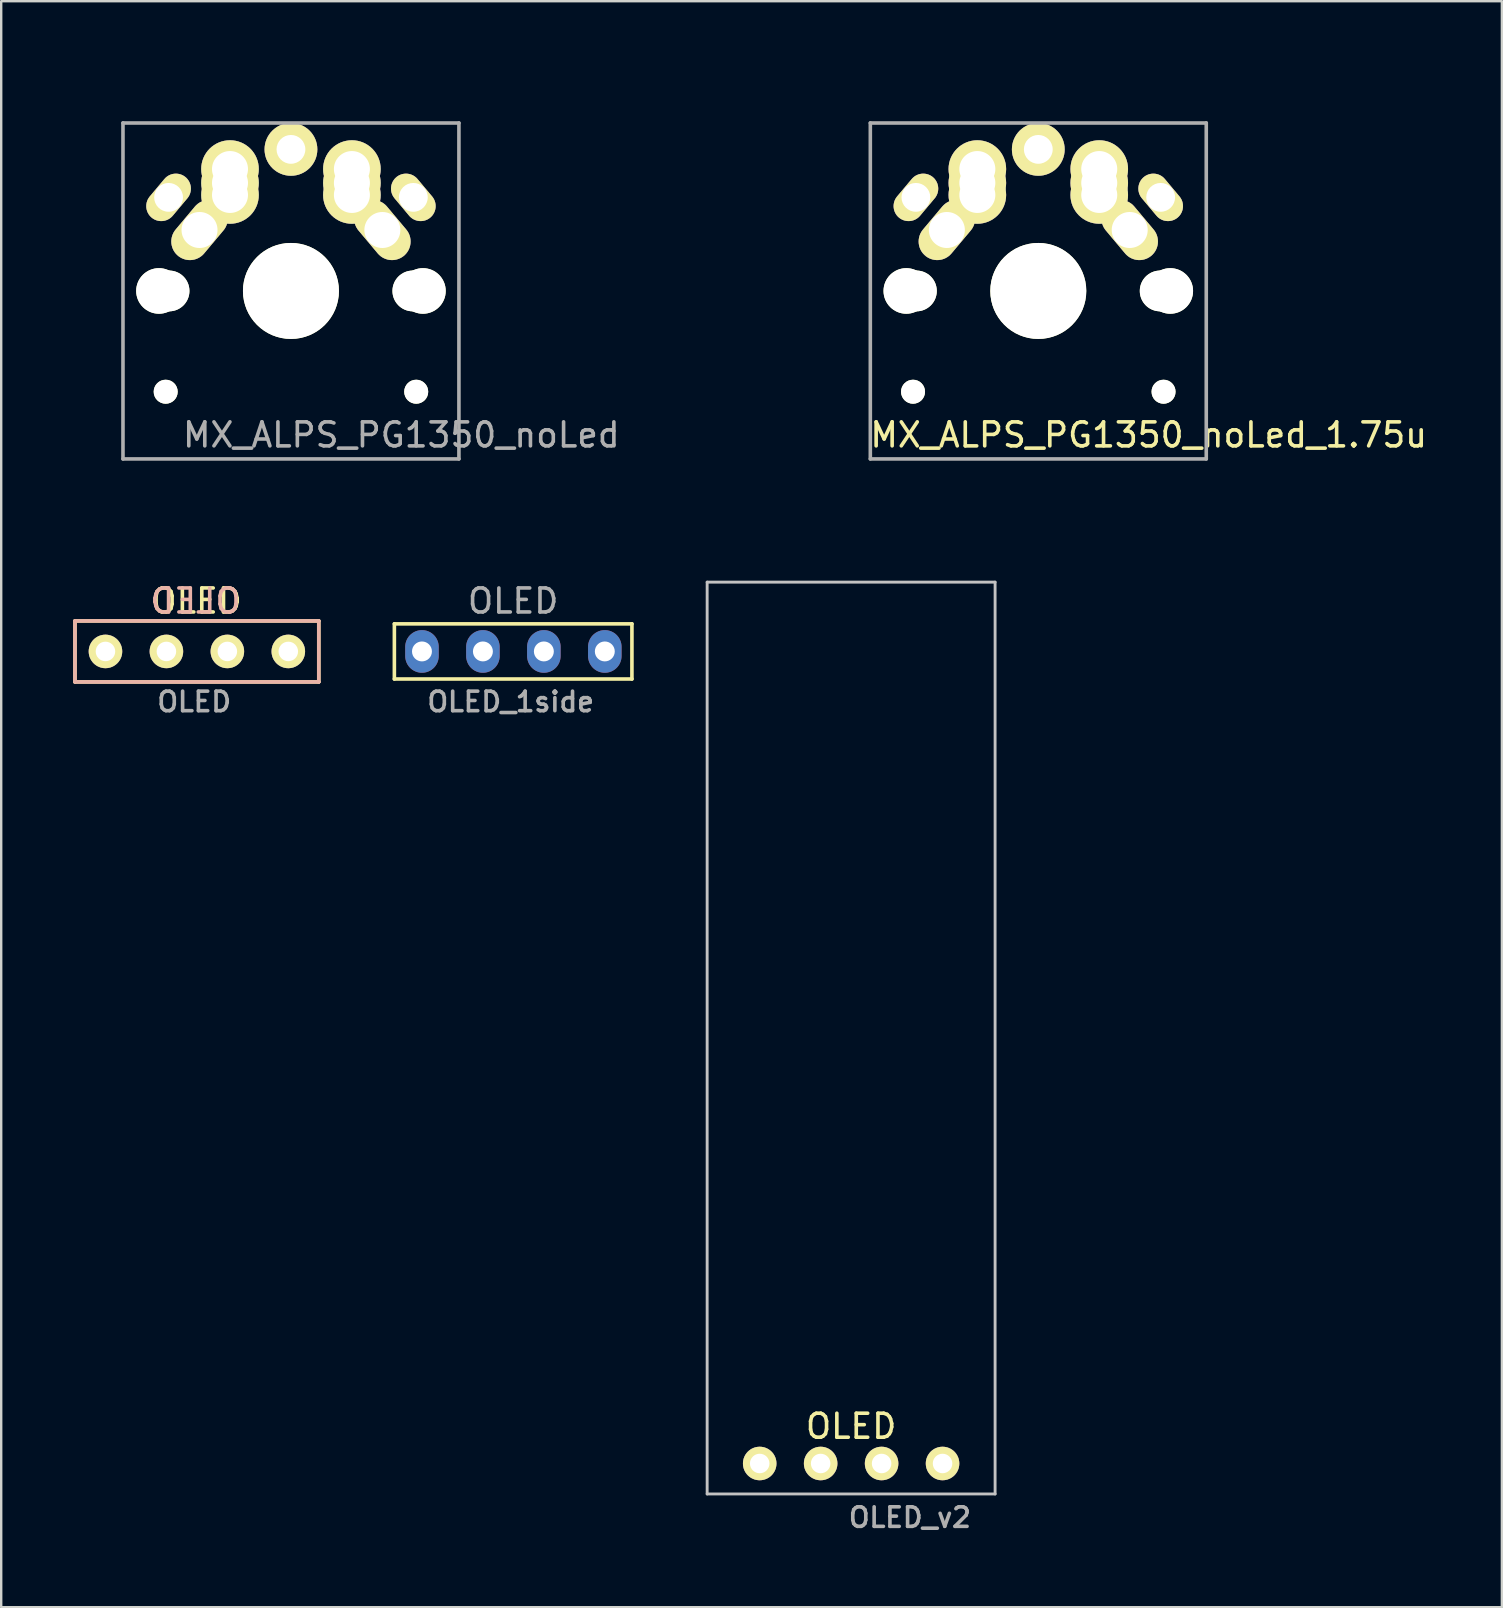
<source format=kicad_pcb>
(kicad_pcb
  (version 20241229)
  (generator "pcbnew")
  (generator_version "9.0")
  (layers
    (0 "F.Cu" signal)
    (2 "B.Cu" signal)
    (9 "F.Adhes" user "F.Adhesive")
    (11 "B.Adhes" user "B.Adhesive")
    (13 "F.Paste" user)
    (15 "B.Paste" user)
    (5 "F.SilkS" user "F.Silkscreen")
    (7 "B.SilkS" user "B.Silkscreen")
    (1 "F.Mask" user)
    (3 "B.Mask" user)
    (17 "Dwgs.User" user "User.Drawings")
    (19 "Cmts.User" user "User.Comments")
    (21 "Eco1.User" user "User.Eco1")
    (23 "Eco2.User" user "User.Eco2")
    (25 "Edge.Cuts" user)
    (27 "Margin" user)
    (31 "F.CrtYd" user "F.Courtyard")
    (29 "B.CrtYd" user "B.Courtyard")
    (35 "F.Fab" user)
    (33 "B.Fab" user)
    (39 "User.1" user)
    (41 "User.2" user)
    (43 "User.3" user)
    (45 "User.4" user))
  (footprint "OLED_v2"
    (layer "F.Cu")
    (at 32.42 57.94)
    (property "Reference" "OLED_v2" (at 2.45 2.25 180) (layer "F.Fab") (effects (font (size 0.813 0.813) (thickness 0.15))))
    (attr through_hole)
    (fp_line (start -6 -36.73) (end 6 -36.73) (stroke (width 0.12) (type solid)) (layer "Dwgs.User"))
    (fp_line (start -6 1.27) (end -6 -36.73) (stroke (width 0.12) (type solid)) (layer "Dwgs.User"))
    (fp_line (start -6 1.27) (end 6 1.27) (stroke (width 0.12) (type solid)) (layer "Dwgs.User"))
    (fp_line (start 6 -36.73) (end 6 1.27) (stroke (width 0.12) (type solid)) (layer "Dwgs.User"))
    (fp_text user "OLED" (at 0 -1.55 0) (layer "F.SilkS") (effects (font (size 1 1) (thickness 0.15))))
    (pad "1" thru_hole circle (at -3.81 0) (size 1.397 1.397) (drill 0.813) (layers "*.Cu" "B.Mask" "F.SilkS"))
    (pad "2" thru_hole circle (at -1.27 0) (size 1.397 1.397) (drill 0.813) (layers "*.Cu" "B.Mask" "F.SilkS"))
    (pad "3" thru_hole circle (at 1.27 0) (size 1.397 1.397) (drill 0.813) (layers "*.Cu" "B.Mask" "F.SilkS"))
    (pad "4" thru_hole circle (at 3.81 0) (size 1.397 1.397) (drill 0.813) (layers "*.Cu" "B.Mask" "F.SilkS")))
  (footprint "MX_ALPS_PG1350_noLed"
    (layer "F.Cu")
    (at 9.075 9.075)
    (property "Reference" "MX_ALPS_PG1350_noLed" (at 4.6 6 0) (layer "F.Fab") (effects (font (size 1 1) (thickness 0.15))))
    (attr through_hole)
    (fp_line (start -9 -9) (end 9 -9) (stroke (width 0.15) (type solid)) (layer "Eco2.User"))
    (fp_line (start -9 9) (end -9 -9) (stroke (width 0.15) (type solid)) (layer "Eco2.User"))
    (fp_line (start -7 -7) (end 7 -7) (stroke (width 0.15) (type solid)) (layer "Eco2.User"))
    (fp_line (start -7 7) (end -7 -7) (stroke (width 0.15) (type solid)) (layer "Eco2.User"))
    (fp_line (start 7 -7) (end 7 7) (stroke (width 0.15) (type solid)) (layer "Eco2.User"))
    (fp_line (start 7 7) (end -7 7) (stroke (width 0.15) (type solid)) (layer "Eco2.User"))
    (fp_line (start 9 -9) (end 9 9) (stroke (width 0.15) (type solid)) (layer "Eco2.User"))
    (fp_line (start 9 9) (end -9 9) (stroke (width 0.15) (type solid)) (layer "Eco2.User"))
    (fp_line (start -7 -7) (end -7 7) (stroke (width 0.15) (type solid)) (layer "F.Fab"))
    (fp_line (start -7 7) (end 7 7) (stroke (width 0.15) (type solid)) (layer "F.Fab"))
    (fp_line (start 7 -7) (end -7 -7) (stroke (width 0.15) (type solid)) (layer "F.Fab"))
    (fp_line (start 7 7) (end 7 -7) (stroke (width 0.15) (type solid)) (layer "F.Fab"))
    (pad "" np_thru_hole circle (at -5.5 0 90) (size 1.9 1.9) (drill 1.9) (layers "*.Cu" "*.Mask" "F.SilkS"))
    (pad "" np_thru_hole circle (at -5.22 4.2) (size 1 1) (drill 1) (layers "*.Cu" "*.Mask" "F.SilkS"))
    (pad "" np_thru_hole circle (at -5.08 0) (size 1.7 1.7) (drill 1.7) (layers "*.Cu" "*.Mask" "F.SilkS"))
    (pad "" np_thru_hole circle (at 0 0 90) (size 4 4) (drill 4) (layers "*.Cu" "*.Mask" "F.SilkS"))
    (pad "" np_thru_hole circle (at 5.08 0) (size 1.7 1.7) (drill 1.7) (layers "*.Cu" "*.Mask" "F.SilkS"))
    (pad "" np_thru_hole circle (at 5.22 4.2) (size 1 1) (drill 1) (layers "*.Cu" "*.Mask" "F.SilkS"))
    (pad "" np_thru_hole circle (at 5.5 0 90) (size 1.9 1.9) (drill 1.9) (layers "*.Cu" "*.Mask" "F.SilkS"))
    (pad "1" thru_hole oval (at -5.1 -3.9 50) (size 2.2 1.25) (drill 1.2) (layers "*.Cu" "*.Mask" "F.SilkS"))
    (pad "1" thru_hole oval (at -3.81 -2.54 50) (size 2.8 1.55) (drill 1.5) (layers "*.Cu" "*.Mask" "F.SilkS"))
    (pad "1" thru_hole circle (at -2.54 -5.08) (size 2.4 2.4) (drill 1.5) (layers "*.Cu" "*.Mask" "F.SilkS"))
    (pad "1" thru_hole circle (at -2.54 -4.5) (size 2.4 2.4) (drill 1.5) (layers "*.Cu" "*.Mask" "F.SilkS"))
    (pad "1" thru_hole circle (at -2.54 -4) (size 2.4 2.4) (drill 1.5) (layers "*.Cu" "*.Mask" "F.SilkS"))
    (pad "1" thru_hole oval (at 5.1 -3.9 310) (size 2.2 1.25) (drill 1.2) (layers "*.Cu" "*.Mask" "F.SilkS"))
    (pad "2" thru_hole circle (at 0 -5.9 90) (size 2.2 2.2) (drill 1.2) (layers "*.Cu" "*.Mask" "F.SilkS"))
    (pad "2" thru_hole circle (at 2.54 -5.08) (size 2.4 2.4) (drill 1.5) (layers "*.Cu" "*.Mask" "F.SilkS"))
    (pad "2" thru_hole circle (at 2.54 -4.5) (size 2.4 2.4) (drill 1.5) (layers "*.Cu" "*.Mask" "F.SilkS"))
    (pad "2" thru_hole circle (at 2.54 -4) (size 2.4 2.4) (drill 1.5) (layers "*.Cu" "*.Mask" "F.SilkS"))
    (pad "2" thru_hole oval (at 3.81 -2.54 310) (size 2.8 1.55) (drill 1.5) (layers "*.Cu" "*.Mask" "F.SilkS")))
  (footprint "OLED"
    (layer "F.Cu")
    (at 1.345 24.098)
    (property "Reference" "OLED" (at 3.7 2.1 180) (layer "F.Fab") (effects (font (size 0.813 0.813) (thickness 0.15))))
    (attr through_hole)
    (fp_line (start -1.27 -1.27) (end 8.89 -1.27) (stroke (width 0.15) (type solid)) (layer "F.SilkS"))
    (fp_line (start -1.27 1.27) (end -1.27 -1.27) (stroke (width 0.15) (type solid)) (layer "F.SilkS"))
    (fp_line (start -1.27 1.27) (end 8.89 1.27) (stroke (width 0.15) (type solid)) (layer "F.SilkS"))
    (fp_line (start 8.89 -1.27) (end 8.89 1.27) (stroke (width 0.15) (type solid)) (layer "F.SilkS"))
    (fp_line (start -1.27 -1.27) (end 8.89 -1.27) (stroke (width 0.15) (type solid)) (layer "B.SilkS"))
    (fp_line (start -1.27 1.27) (end -1.27 -1.27) (stroke (width 0.15) (type solid)) (layer "B.SilkS"))
    (fp_line (start 8.89 -1.27) (end 8.89 1.27) (stroke (width 0.15) (type solid)) (layer "B.SilkS"))
    (fp_line (start 8.89 1.27) (end -1.27 1.27) (stroke (width 0.15) (type solid)) (layer "B.SilkS"))
    (fp_text user "OLED" (at 3.8 -2.1 0) (layer "F.SilkS") (effects (font (size 1 1) (thickness 0.15))))
    (fp_text user "OLED" (at 3.75 -2.1 0) (layer "B.SilkS") (effects (font (size 1 1) (thickness 0.15)) (justify mirror)))
    (pad "1" thru_hole circle (at 0 0) (size 1.397 1.397) (drill 0.813) (layers "*.Cu" "*.Mask" "F.SilkS"))
    (pad "2" thru_hole circle (at 2.54 0) (size 1.397 1.397) (drill 0.813) (layers "*.Cu" "*.Mask" "F.SilkS"))
    (pad "3" thru_hole circle (at 5.08 0) (size 1.397 1.397) (drill 0.813) (layers "*.Cu" "*.Mask" "F.SilkS"))
    (pad "4" thru_hole circle (at 7.62 0) (size 1.397 1.397) (drill 0.813) (layers "*.Cu" "*.Mask" "F.SilkS")))
  (footprint "MX_ALPS_PG1350_noLed_1.75u"
    (layer "F.Cu")
    (at 40.22 9.075)
    (property "Reference" "MX_ALPS_PG1350_noLed_1.75u" (at 4.6 6 0) (layer "F.SilkS") (effects (font (size 1 1) (thickness 0.15))))
    (attr through_hole)
    (fp_line (start -14.25 -9) (end 14.25 -9) (stroke (width 0.15) (type solid)) (layer "Eco2.User"))
    (fp_line (start -14.25 9) (end -14.25 -9) (stroke (width 0.15) (type solid)) (layer "Eco2.User"))
    (fp_line (start -7 -7) (end 7 -7) (stroke (width 0.15) (type solid)) (layer "Eco2.User"))
    (fp_line (start -7 7) (end -7 -7) (stroke (width 0.15) (type solid)) (layer "Eco2.User"))
    (fp_line (start 7 -7) (end 7 7) (stroke (width 0.15) (type solid)) (layer "Eco2.User"))
    (fp_line (start 7 7) (end -7 7) (stroke (width 0.15) (type solid)) (layer "Eco2.User"))
    (fp_line (start 14.25 -9) (end 14.25 9) (stroke (width 0.15) (type solid)) (layer "Eco2.User"))
    (fp_line (start 14.25 9) (end -14.25 9) (stroke (width 0.15) (type solid)) (layer "Eco2.User"))
    (fp_line (start -7 -7) (end -7 7) (stroke (width 0.15) (type solid)) (layer "F.Fab"))
    (fp_line (start -7 7) (end 7 7) (stroke (width 0.15) (type solid)) (layer "F.Fab"))
    (fp_line (start 7 -7) (end -7 -7) (stroke (width 0.15) (type solid)) (layer "F.Fab"))
    (fp_line (start 7 7) (end 7 -7) (stroke (width 0.15) (type solid)) (layer "F.Fab"))
    (pad "" np_thru_hole circle (at -5.5 0 90) (size 1.9 1.9) (drill 1.9) (layers "*.Cu" "*.Mask" "F.SilkS"))
    (pad "" np_thru_hole circle (at -5.22 4.2) (size 1 1) (drill 1) (layers "*.Cu" "*.Mask" "F.SilkS"))
    (pad "" np_thru_hole circle (at -5.08 0) (size 1.7 1.7) (drill 1.7) (layers "*.Cu" "*.Mask" "F.SilkS"))
    (pad "" np_thru_hole circle (at 0 0 90) (size 4 4) (drill 4) (layers "*.Cu" "*.Mask" "F.SilkS"))
    (pad "" np_thru_hole circle (at 5.08 0) (size 1.7 1.7) (drill 1.7) (layers "*.Cu" "*.Mask" "F.SilkS"))
    (pad "" np_thru_hole circle (at 5.22 4.2) (size 1 1) (drill 1) (layers "*.Cu" "*.Mask" "F.SilkS"))
    (pad "" np_thru_hole circle (at 5.5 0 90) (size 1.9 1.9) (drill 1.9) (layers "*.Cu" "*.Mask" "F.SilkS"))
    (pad "1" thru_hole oval (at -5.1 -3.9 50) (size 2.2 1.25) (drill 1.2) (layers "*.Cu" "*.Mask" "F.SilkS"))
    (pad "1" thru_hole oval (at -3.81 -2.54 50) (size 2.8 1.55) (drill 1.5) (layers "*.Cu" "*.Mask" "F.SilkS"))
    (pad "1" thru_hole circle (at -2.54 -4) (size 2.4 2.4) (drill 1.5) (layers "*.Cu" "*.Mask" "F.SilkS"))
    (pad "1" thru_hole circle (at -2.54 -5.08) (size 2.4 2.4) (drill 1.5) (layers "*.Cu" "*.Mask" "F.SilkS"))
    (pad "1" thru_hole circle (at -2.54 -4.5) (size 2.4 2.4) (drill 1.5) (layers "*.Cu" "*.Mask" "F.SilkS"))
    (pad "1" thru_hole oval (at 5.1 -3.9 310) (size 2.2 1.25) (drill 1.2) (layers "*.Cu" "*.Mask" "F.SilkS"))
    (pad "2" thru_hole circle (at 0 -5.9 90) (size 2.2 2.2) (drill 1.2) (layers "*.Cu" "*.Mask" "F.SilkS"))
    (pad "2" thru_hole circle (at 2.54 -5.08) (size 2.4 2.4) (drill 1.5) (layers "*.Cu" "*.Mask" "F.SilkS"))
    (pad "2" thru_hole circle (at 2.54 -4) (size 2.4 2.4) (drill 1.5) (layers "*.Cu" "*.Mask" "F.SilkS"))
    (pad "2" thru_hole circle (at 2.54 -4.5) (size 2.4 2.4) (drill 1.5) (layers "*.Cu" "*.Mask" "F.SilkS"))
    (pad "2" thru_hole oval (at 3.81 -2.54 310) (size 2.8 1.55) (drill 1.5) (layers "*.Cu" "*.Mask" "F.SilkS")))
  (footprint "OLED_1side"
    (layer "F.Cu")
    (at 14.535 24.098)
    (property "Reference" "OLED_1side" (at 3.7 2.1 180) (layer "F.Fab") (effects (font (size 0.813 0.813) (thickness 0.15))))
    (attr through_hole)
    (fp_line (start -1.15 -1.15) (end 8.75 -1.15) (stroke (width 0.15) (type solid)) (layer "F.SilkS"))
    (fp_line (start -1.15 1.15) (end -1.15 -1.15) (stroke (width 0.15) (type solid)) (layer "F.SilkS"))
    (fp_line (start -1.15 1.15) (end 8.75 1.15) (stroke (width 0.15) (type solid)) (layer "F.SilkS"))
    (fp_line (start 8.75 -1.15) (end 8.75 1.15) (stroke (width 0.15) (type solid)) (layer "F.SilkS"))
    (fp_text user "OLED" (at 3.8 -2.1 0) (layer "F.Fab") (effects (font (size 1 1) (thickness 0.15))))
    (pad "1" thru_hole oval (at 0 0) (size 1.397 1.778) (drill 0.83) (layers "*.Cu" "*.Mask"))
    (pad "2" thru_hole oval (at 2.54 0) (size 1.397 1.778) (drill 0.83) (layers "*.Cu" "*.Mask"))
    (pad "3" thru_hole oval (at 5.08 0) (size 1.397 1.778) (drill 0.83) (layers "*.Cu" "*.Mask"))
    (pad "4" thru_hole oval (at 7.62 0) (size 1.397 1.778) (drill 0.83) (layers "*.Cu" "*.Mask")))
  (gr_rect
    (start -3 -3)
    (end 59.54 63.929)
    (stroke (width 0.1) (type default))
    (fill no)
    (layer "Edge.Cuts")))
</source>
